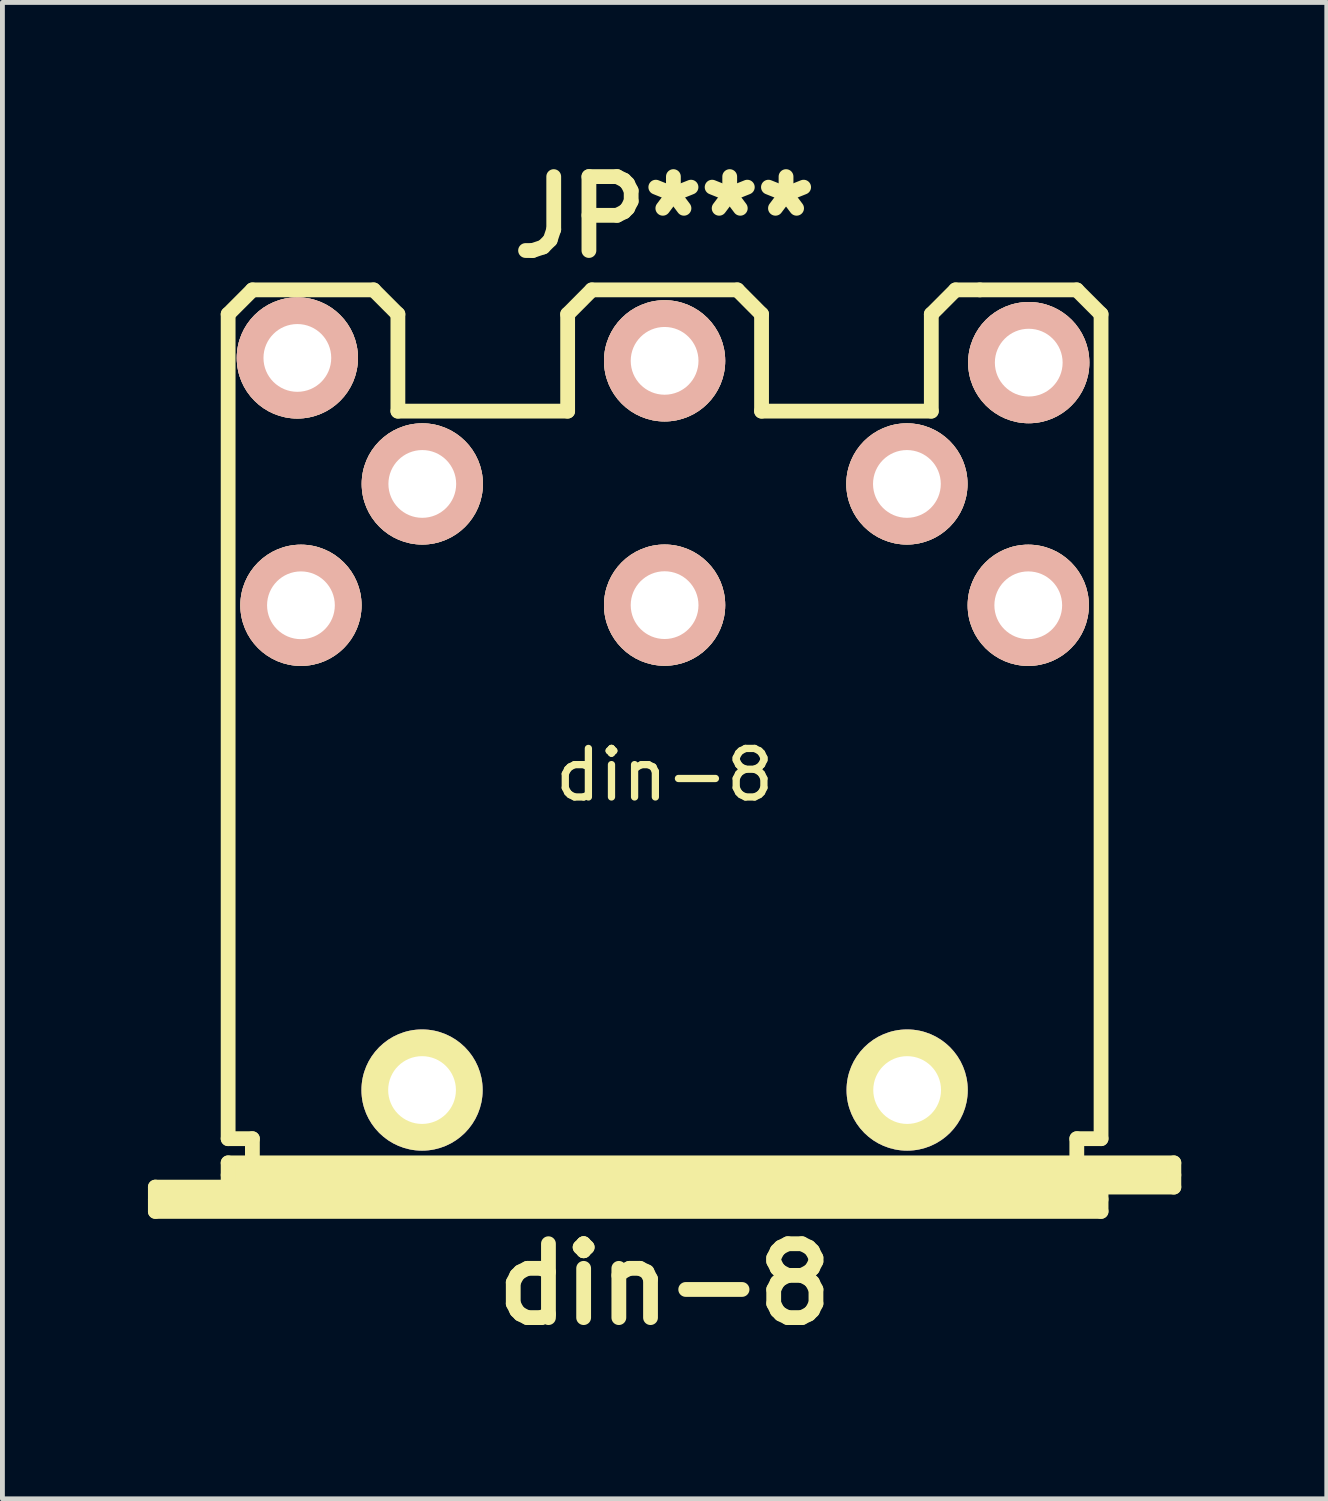
<source format=kicad_pcb>
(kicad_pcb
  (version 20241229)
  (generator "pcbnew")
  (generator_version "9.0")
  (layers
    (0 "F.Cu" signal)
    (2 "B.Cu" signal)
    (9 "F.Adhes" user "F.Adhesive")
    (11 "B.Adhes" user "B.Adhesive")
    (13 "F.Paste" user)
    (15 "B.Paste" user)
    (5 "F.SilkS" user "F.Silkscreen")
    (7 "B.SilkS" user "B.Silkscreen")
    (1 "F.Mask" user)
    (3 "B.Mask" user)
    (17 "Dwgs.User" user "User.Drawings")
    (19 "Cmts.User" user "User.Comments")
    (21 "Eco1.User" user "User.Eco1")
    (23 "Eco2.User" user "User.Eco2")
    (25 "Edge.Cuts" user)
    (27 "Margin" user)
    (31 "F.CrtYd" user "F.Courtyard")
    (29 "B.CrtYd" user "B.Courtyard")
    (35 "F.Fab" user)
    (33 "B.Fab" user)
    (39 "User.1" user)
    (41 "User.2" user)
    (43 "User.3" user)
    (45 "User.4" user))
  (footprint "din-8"
    (layer "F.Cu")
    (at 10.653 12.427)
    (property "Reference" "din-8" (at 0 0.5 0) (layer "F.SilkS") (effects (font (size 1 1) (thickness 0.15))))
    (attr through_hole)
    (fp_line (start -10.5 8.999) (end -8.999 8.999) (stroke (width 0.305) (type solid)) (layer "F.SilkS"))
    (fp_line (start -10.5 9.251) (end 8.999 9.251) (stroke (width 0.305) (type solid)) (layer "F.SilkS"))
    (fp_line (start -10.5 9.5) (end -10.5 8.999) (stroke (width 0.305) (type solid)) (layer "F.SilkS"))
    (fp_line (start -8.999 -8.999) (end -8.999 8.001) (stroke (width 0.305) (type solid)) (layer "F.SilkS"))
    (fp_line (start -8.999 -8.999) (end -8.499 -9.5) (stroke (width 0.305) (type solid)) (layer "F.SilkS"))
    (fp_line (start -8.999 8.001) (end -8.499 8.001) (stroke (width 0.305) (type solid)) (layer "F.SilkS"))
    (fp_line (start -8.999 8.499) (end 10.5 8.499) (stroke (width 0.305) (type solid)) (layer "F.SilkS"))
    (fp_line (start -8.999 8.75) (end 10.5 8.75) (stroke (width 0.305) (type solid)) (layer "F.SilkS"))
    (fp_line (start -8.999 8.999) (end -8.999 8.499) (stroke (width 0.305) (type solid)) (layer "F.SilkS"))
    (fp_line (start -8.499 -9.5) (end -5.999 -9.5) (stroke (width 0.305) (type solid)) (layer "F.SilkS"))
    (fp_line (start -8.499 8.001) (end -8.499 8.499) (stroke (width 0.305) (type solid)) (layer "F.SilkS"))
    (fp_line (start -5.999 -9.5) (end -5.499 -8.999) (stroke (width 0.305) (type solid)) (layer "F.SilkS"))
    (fp_line (start -5.499 -8.999) (end -5.499 -7) (stroke (width 0.305) (type solid)) (layer "F.SilkS"))
    (fp_line (start -5.499 -7) (end -1.999 -7) (stroke (width 0.305) (type solid)) (layer "F.SilkS"))
    (fp_line (start -1.999 -8.999) (end -1.999 -7) (stroke (width 0.305) (type solid)) (layer "F.SilkS"))
    (fp_line (start -1.501 -9.5) (end -1.999 -8.999) (stroke (width 0.305) (type solid)) (layer "F.SilkS"))
    (fp_line (start -1.501 -9.5) (end 1.501 -9.5) (stroke (width 0.305) (type solid)) (layer "F.SilkS"))
    (fp_line (start 1.501 -9.5) (end 1.999 -8.999) (stroke (width 0.305) (type solid)) (layer "F.SilkS"))
    (fp_line (start 1.999 -8.999) (end 1.999 -7) (stroke (width 0.305) (type solid)) (layer "F.SilkS"))
    (fp_line (start 5.499 -8.999) (end 5.499 -7) (stroke (width 0.305) (type solid)) (layer "F.SilkS"))
    (fp_line (start 5.499 -7) (end 1.999 -7) (stroke (width 0.305) (type solid)) (layer "F.SilkS"))
    (fp_line (start 5.999 -9.5) (end 5.499 -8.999) (stroke (width 0.305) (type solid)) (layer "F.SilkS"))
    (fp_line (start 6.5 -9.5) (end 5.999 -9.5) (stroke (width 0.305) (type solid)) (layer "F.SilkS"))
    (fp_line (start 8.499 -9.5) (end 6.5 -9.5) (stroke (width 0.305) (type solid)) (layer "F.SilkS"))
    (fp_line (start 8.499 8.499) (end 8.499 8.001) (stroke (width 0.305) (type solid)) (layer "F.SilkS"))
    (fp_line (start 8.999 -8.999) (end 8.499 -9.5) (stroke (width 0.305) (type solid)) (layer "F.SilkS"))
    (fp_line (start 8.999 -8.999) (end 8.999 8.001) (stroke (width 0.305) (type solid)) (layer "F.SilkS"))
    (fp_line (start 8.999 8.001) (end 8.499 8.001) (stroke (width 0.305) (type solid)) (layer "F.SilkS"))
    (fp_line (start 8.999 8.999) (end -8.999 8.999) (stroke (width 0.305) (type solid)) (layer "F.SilkS"))
    (fp_line (start 8.999 8.999) (end 8.999 9.5) (stroke (width 0.305) (type solid)) (layer "F.SilkS"))
    (fp_line (start 8.999 9.5) (end -10.5 9.5) (stroke (width 0.305) (type solid)) (layer "F.SilkS"))
    (fp_line (start 10.5 8.499) (end 10.5 8.999) (stroke (width 0.305) (type solid)) (layer "F.SilkS"))
    (fp_line (start 10.5 8.999) (end 8.999 8.999) (stroke (width 0.305) (type solid)) (layer "F.SilkS"))
    (fp_text user "din-8" (at 0 11.001 0) (layer "F.SilkS") (effects (font (size 1.524 1.524) (thickness 0.305))))
    (fp_text user "JP***" (at 0 -11.001 0) (layer "F.SilkS") (effects (font (size 1.524 1.524) (thickness 0.305))))
    (pad "" np_thru_hole circle (at -5.001 6.998) (size 2.499 2.499) (drill 1.397) (layers "*.Cu" "*.Mask" "F.SilkS"))
    (pad "" np_thru_hole circle (at 5.001 6.998) (size 2.499 2.499) (drill 1.397) (layers "*.Cu" "*.Mask" "F.SilkS"))
    (pad "1" thru_hole circle (at 7.498 -2.997) (size 2.499 2.499) (drill 1.397) (layers "*.Cu" "*.SilkS" "*.Mask"))
    (pad "2" thru_hole circle (at 0 -3) (size 2.499 2.499) (drill 1.397) (layers "*.Cu" "*.SilkS" "*.Mask"))
    (pad "3" thru_hole circle (at -7.498 -2.997) (size 2.499 2.499) (drill 1.397) (layers "*.Cu" "*.SilkS" "*.Mask"))
    (pad "4" thru_hole circle (at 4.996 -5.499) (size 2.499 2.499) (drill 1.397) (layers "*.Cu" "*.SilkS" "*.Mask"))
    (pad "5" thru_hole circle (at -4.996 -5.499) (size 2.499 2.499) (drill 1.397) (layers "*.Cu" "*.SilkS" "*.Mask"))
    (pad "6" thru_hole circle (at 7.508 -8) (size 2.499 2.499) (drill 1.397) (layers "*.Cu" "*.SilkS" "*.Mask"))
    (pad "7" thru_hole circle (at -7.572 -8.097) (size 2.499 2.499) (drill 1.397) (layers "*.Cu" "*.SilkS" "*.Mask"))
    (pad "8" thru_hole circle (at 0 -8.037) (size 2.499 2.499) (drill 1.397) (layers "*.Cu" "*.SilkS" "*.Mask")))
  (gr_rect
    (start -3 -3)
    (end 24.306 27.854)
    (stroke (width 0.1) (type default))
    (fill no)
    (layer "Edge.Cuts")))
</source>
